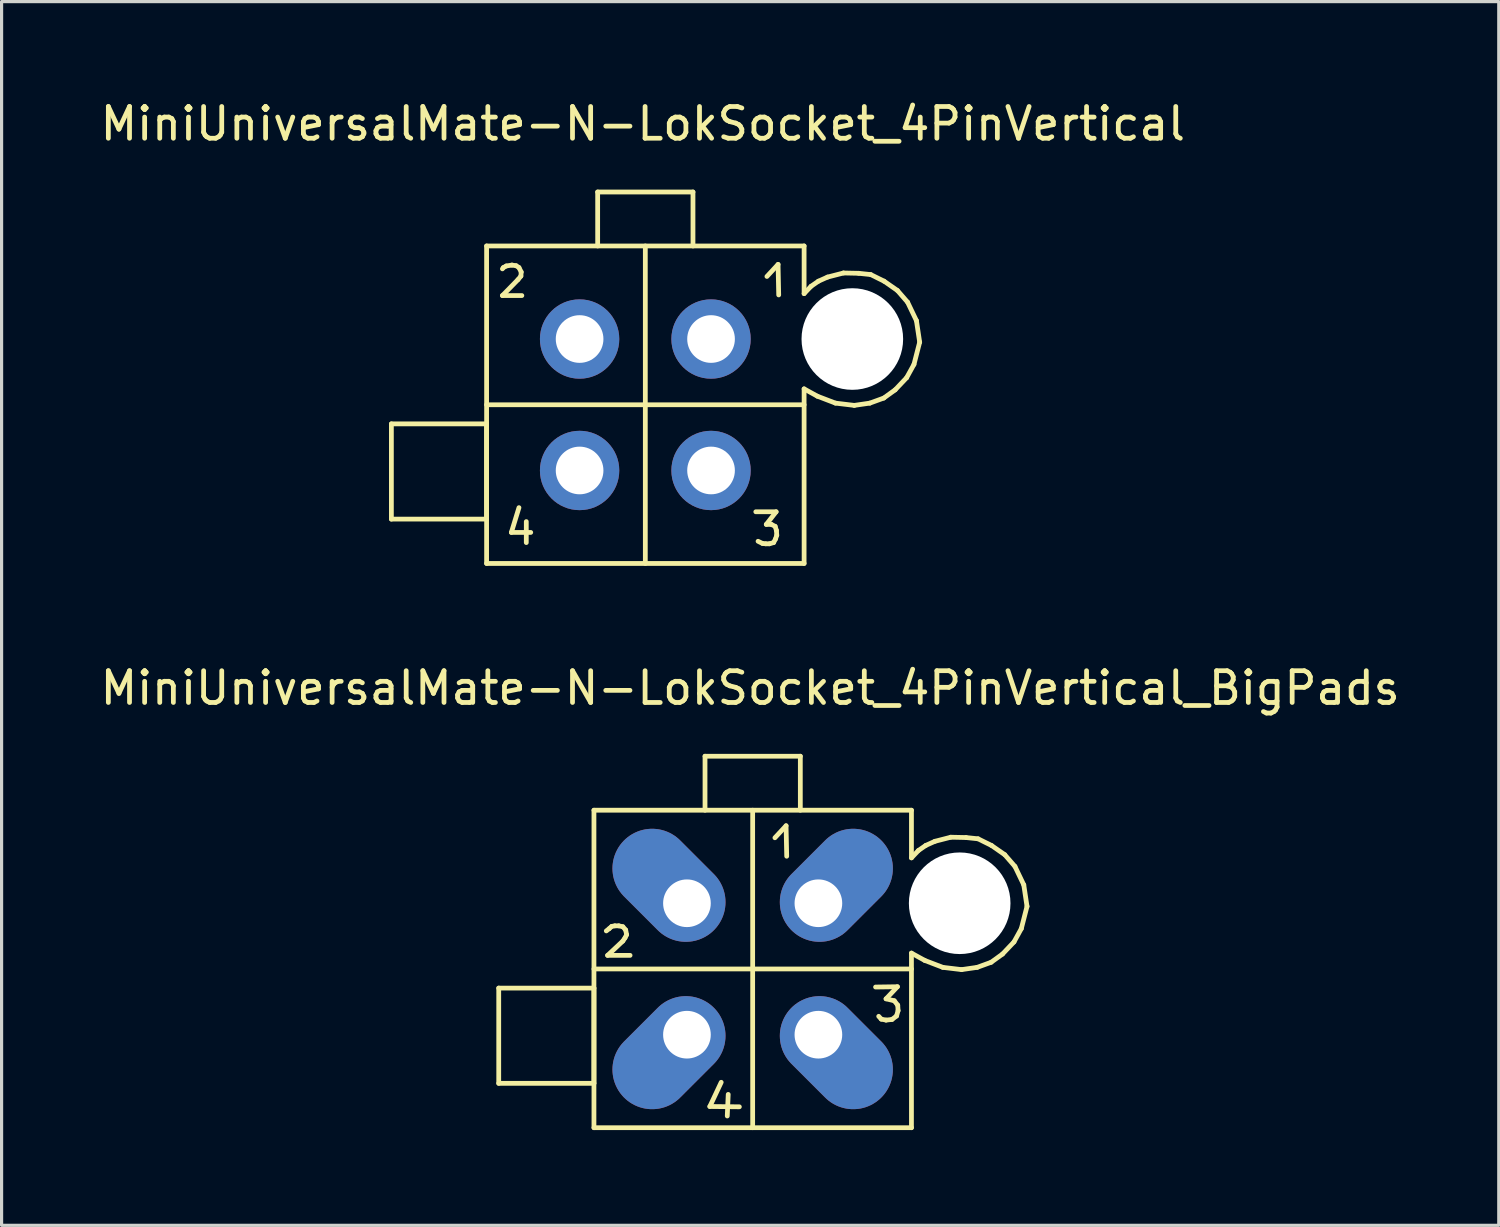
<source format=kicad_pcb>
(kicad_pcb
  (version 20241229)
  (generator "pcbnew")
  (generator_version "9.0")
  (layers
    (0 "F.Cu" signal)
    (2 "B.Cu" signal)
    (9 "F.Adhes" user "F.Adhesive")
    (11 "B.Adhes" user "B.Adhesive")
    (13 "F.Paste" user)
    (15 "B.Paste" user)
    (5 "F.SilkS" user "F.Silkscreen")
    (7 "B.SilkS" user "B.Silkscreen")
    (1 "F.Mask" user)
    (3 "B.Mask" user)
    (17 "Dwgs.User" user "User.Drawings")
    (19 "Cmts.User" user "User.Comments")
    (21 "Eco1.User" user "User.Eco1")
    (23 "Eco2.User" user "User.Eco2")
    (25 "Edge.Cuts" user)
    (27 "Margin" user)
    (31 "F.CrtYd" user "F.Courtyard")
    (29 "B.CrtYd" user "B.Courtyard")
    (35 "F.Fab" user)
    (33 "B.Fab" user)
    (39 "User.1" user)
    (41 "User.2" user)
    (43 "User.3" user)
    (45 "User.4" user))
  (footprint "MiniUniversalMate-N-LokSocket_4PinVertical_BigPads"
    (layer "F.Cu")
    (at 20.656 27.469)
    (property "Reference" "MiniUniversalMate-N-LokSocket_4PinVertical_BigPads" (at -0.079 -8.849 0) (layer "F.SilkS") (effects (font (size 1 1) (thickness 0.15))))
    (attr through_hole)
    (fp_line (start -7.998 0.602) (end -4.999 0.602) (stroke (width 0.15) (type solid)) (layer "F.SilkS"))
    (fp_line (start -7.998 3.602) (end -7.998 0.602) (stroke (width 0.15) (type solid)) (layer "F.SilkS"))
    (fp_line (start -4.999 -5.001) (end -4.999 4.999) (stroke (width 0.15) (type solid)) (layer "F.SilkS"))
    (fp_line (start -4.999 0) (end 5.001 0) (stroke (width 0.15) (type solid)) (layer "F.SilkS"))
    (fp_line (start -4.999 0.602) (end -4.999 3.602) (stroke (width 0.15) (type solid)) (layer "F.SilkS"))
    (fp_line (start -4.999 3.602) (end -7.998 3.602) (stroke (width 0.15) (type solid)) (layer "F.SilkS"))
    (fp_line (start -4.999 4.999) (end 5.001 4.999) (stroke (width 0.15) (type solid)) (layer "F.SilkS"))
    (fp_line (start -4.61 -1.199) (end -4.519 -1.27) (stroke (width 0.15) (type solid)) (layer "F.SilkS"))
    (fp_line (start -4.569 -0.429) (end -3.861 -0.429) (stroke (width 0.15) (type solid)) (layer "F.SilkS"))
    (fp_line (start -4.519 -1.27) (end -4.44 -1.341) (stroke (width 0.15) (type solid)) (layer "F.SilkS"))
    (fp_line (start -4.44 -1.341) (end -4.341 -1.359) (stroke (width 0.15) (type solid)) (layer "F.SilkS"))
    (fp_line (start -4.341 -1.359) (end -4.219 -1.359) (stroke (width 0.15) (type solid)) (layer "F.SilkS"))
    (fp_line (start -4.219 -1.359) (end -4.089 -1.331) (stroke (width 0.15) (type solid)) (layer "F.SilkS"))
    (fp_line (start -4.089 -1.331) (end -4 -1.229) (stroke (width 0.15) (type solid)) (layer "F.SilkS"))
    (fp_line (start -4.089 -0.879) (end -4.569 -0.429) (stroke (width 0.15) (type solid)) (layer "F.SilkS"))
    (fp_line (start -4.021 -0.98) (end -4.089 -0.879) (stroke (width 0.15) (type solid)) (layer "F.SilkS"))
    (fp_line (start -4 -1.229) (end -3.97 -1.079) (stroke (width 0.15) (type solid)) (layer "F.SilkS"))
    (fp_line (start -3.97 -1.079) (end -4.021 -0.98) (stroke (width 0.15) (type solid)) (layer "F.SilkS"))
    (fp_line (start -1.501 -6.701) (end -1.501 -5.001) (stroke (width 0.15) (type solid)) (layer "F.SilkS"))
    (fp_line (start -1.349 4.331) (end -0.419 4.341) (stroke (width 0.15) (type solid)) (layer "F.SilkS"))
    (fp_line (start -0.991 3.569) (end -1.349 4.331) (stroke (width 0.15) (type solid)) (layer "F.SilkS"))
    (fp_line (start -0.77 3.95) (end -0.8 4.63) (stroke (width 0.15) (type solid)) (layer "F.SilkS"))
    (fp_line (start 0 -5.001) (end 0 4.999) (stroke (width 0.15) (type solid)) (layer "F.SilkS"))
    (fp_line (start 0.701 -4.133) (end 1.052 -4.511) (stroke (width 0.15) (type solid)) (layer "F.SilkS"))
    (fp_line (start 1.052 -4.511) (end 1.072 -3.551) (stroke (width 0.15) (type solid)) (layer "F.SilkS"))
    (fp_line (start 1.501 -6.701) (end -1.501 -6.701) (stroke (width 0.15) (type solid)) (layer "F.SilkS"))
    (fp_line (start 1.501 -5.001) (end 1.501 -6.701) (stroke (width 0.15) (type solid)) (layer "F.SilkS"))
    (fp_line (start 3.871 0.569) (end 4.559 0.559) (stroke (width 0.15) (type solid)) (layer "F.SilkS"))
    (fp_line (start 4.051 1.58) (end 3.97 1.491) (stroke (width 0.15) (type solid)) (layer "F.SilkS"))
    (fp_line (start 4.201 0.94) (end 4.46 1.001) (stroke (width 0.15) (type solid)) (layer "F.SilkS"))
    (fp_line (start 4.201 1.61) (end 4.051 1.58) (stroke (width 0.15) (type solid)) (layer "F.SilkS"))
    (fp_line (start 4.389 1.59) (end 4.201 1.61) (stroke (width 0.15) (type solid)) (layer "F.SilkS"))
    (fp_line (start 4.46 1.001) (end 4.569 1.14) (stroke (width 0.15) (type solid)) (layer "F.SilkS"))
    (fp_line (start 4.531 1.481) (end 4.389 1.59) (stroke (width 0.15) (type solid)) (layer "F.SilkS"))
    (fp_line (start 4.559 0.559) (end 4.201 0.94) (stroke (width 0.15) (type solid)) (layer "F.SilkS"))
    (fp_line (start 4.569 1.14) (end 4.58 1.311) (stroke (width 0.15) (type solid)) (layer "F.SilkS"))
    (fp_line (start 4.58 1.311) (end 4.531 1.481) (stroke (width 0.15) (type solid)) (layer "F.SilkS"))
    (fp_line (start 5.001 -5.001) (end -4.999 -5.001) (stroke (width 0.15) (type solid)) (layer "F.SilkS"))
    (fp_line (start 5.001 -5.001) (end 5.001 -3.5) (stroke (width 0.15) (type solid)) (layer "F.SilkS"))
    (fp_line (start 5.001 -3.5) (end 5.22 -3.731) (stroke (width 0.15) (type solid)) (layer "F.SilkS"))
    (fp_line (start 5.001 4.999) (end 5.001 -0.5) (stroke (width 0.15) (type solid)) (layer "F.SilkS"))
    (fp_line (start 5.22 -3.731) (end 5.451 -3.891) (stroke (width 0.15) (type solid)) (layer "F.SilkS"))
    (fp_line (start 5.42 -0.269) (end 5.001 -0.5) (stroke (width 0.15) (type solid)) (layer "F.SilkS"))
    (fp_line (start 5.451 -3.891) (end 5.74 -4.021) (stroke (width 0.15) (type solid)) (layer "F.SilkS"))
    (fp_line (start 5.74 -4.021) (end 6.241 -4.15) (stroke (width 0.15) (type solid)) (layer "F.SilkS"))
    (fp_line (start 5.989 -0.051) (end 5.42 -0.269) (stroke (width 0.15) (type solid)) (layer "F.SilkS"))
    (fp_line (start 6.241 -4.15) (end 6.721 -4.14) (stroke (width 0.15) (type solid)) (layer "F.SilkS"))
    (fp_line (start 6.581 0.02) (end 5.989 -0.051) (stroke (width 0.15) (type solid)) (layer "F.SilkS"))
    (fp_line (start 6.721 -4.14) (end 7.099 -4.1) (stroke (width 0.15) (type solid)) (layer "F.SilkS"))
    (fp_line (start 7.071 -0.051) (end 6.581 0.02) (stroke (width 0.15) (type solid)) (layer "F.SilkS"))
    (fp_line (start 7.099 -4.1) (end 7.521 -3.891) (stroke (width 0.15) (type solid)) (layer "F.SilkS"))
    (fp_line (start 7.511 -0.211) (end 7.071 -0.051) (stroke (width 0.15) (type solid)) (layer "F.SilkS"))
    (fp_line (start 7.521 -3.891) (end 7.94 -3.599) (stroke (width 0.15) (type solid)) (layer "F.SilkS"))
    (fp_line (start 7.869 -0.47) (end 7.511 -0.211) (stroke (width 0.15) (type solid)) (layer "F.SilkS"))
    (fp_line (start 7.94 -3.599) (end 8.26 -3.231) (stroke (width 0.15) (type solid)) (layer "F.SilkS"))
    (fp_line (start 8.23 -0.851) (end 7.869 -0.47) (stroke (width 0.15) (type solid)) (layer "F.SilkS"))
    (fp_line (start 8.26 -3.231) (end 8.539 -2.649) (stroke (width 0.15) (type solid)) (layer "F.SilkS"))
    (fp_line (start 8.461 -1.27) (end 8.23 -0.851) (stroke (width 0.15) (type solid)) (layer "F.SilkS"))
    (fp_line (start 8.539 -2.649) (end 8.641 -1.971) (stroke (width 0.15) (type solid)) (layer "F.SilkS"))
    (fp_line (start 8.641 -1.971) (end 8.461 -1.27) (stroke (width 0.15) (type solid)) (layer "F.SilkS"))
    (pad "" np_thru_hole circle (at 6.52 -2.07 90) (size 3.2 3.2) (drill 3.2) (layers "*.Cu" "*.Mask"))
    (pad "1" thru_hole oval (at 2.07 -2.07 45) (size 4 2.499) (drill 1.501 (offset 0.8 0)) (layers "*.Cu" "*.Mask"))
    (pad "2" thru_hole oval (at -2.07 -2.07 315) (size 4 2.499) (drill 1.501 (offset -0.8 0)) (layers "*.Cu" "*.Mask"))
    (pad "3" thru_hole oval (at 2.07 2.07 315) (size 4 2.499) (drill 1.501 (offset 0.8 0)) (layers "*.Cu" "*.Mask"))
    (pad "4" thru_hole oval (at -2.07 2.07 45) (size 4 2.499) (drill 1.501 (offset -0.8 0)) (layers "*.Cu" "*.Mask")))
  (footprint "MiniUniversalMate-N-LokSocket_4PinVertical"
    (layer "F.Cu")
    (at 17.275 9.698)
    (property "Reference" "MiniUniversalMate-N-LokSocket_4PinVertical" (at -0.079 -8.849 0) (layer "F.SilkS") (effects (font (size 1 1) (thickness 0.15))))
    (attr through_hole)
    (fp_line (start -7.998 0.602) (end -4.999 0.602) (stroke (width 0.15) (type solid)) (layer "F.SilkS"))
    (fp_line (start -7.998 3.602) (end -7.998 0.602) (stroke (width 0.15) (type solid)) (layer "F.SilkS"))
    (fp_line (start -4.999 -5.001) (end -4.999 4.999) (stroke (width 0.15) (type solid)) (layer "F.SilkS"))
    (fp_line (start -4.999 0) (end 5.001 0) (stroke (width 0.15) (type solid)) (layer "F.SilkS"))
    (fp_line (start -4.999 0.602) (end -4.999 3.602) (stroke (width 0.15) (type solid)) (layer "F.SilkS"))
    (fp_line (start -4.999 3.602) (end -7.998 3.602) (stroke (width 0.15) (type solid)) (layer "F.SilkS"))
    (fp_line (start -4.999 4.999) (end 5.001 4.999) (stroke (width 0.15) (type solid)) (layer "F.SilkS"))
    (fp_line (start -4.501 -4.28) (end -4.47 -4.321) (stroke (width 0.15) (type solid)) (layer "F.SilkS"))
    (fp_line (start -4.501 -3.439) (end -3.889 -3.439) (stroke (width 0.15) (type solid)) (layer "F.SilkS"))
    (fp_line (start -4.47 -4.321) (end -4.379 -4.371) (stroke (width 0.15) (type solid)) (layer "F.SilkS"))
    (fp_line (start -4.379 -4.371) (end -4.201 -4.399) (stroke (width 0.15) (type solid)) (layer "F.SilkS"))
    (fp_line (start -4.219 4.021) (end -3.609 4.021) (stroke (width 0.15) (type solid)) (layer "F.SilkS"))
    (fp_line (start -4.201 -4.399) (end -4.069 -4.379) (stroke (width 0.15) (type solid)) (layer "F.SilkS"))
    (fp_line (start -4.069 -4.379) (end -3.98 -4.321) (stroke (width 0.15) (type solid)) (layer "F.SilkS"))
    (fp_line (start -4.011 -3.94) (end -4.501 -3.439) (stroke (width 0.15) (type solid)) (layer "F.SilkS"))
    (fp_line (start -3.98 -4.321) (end -3.909 -4.181) (stroke (width 0.15) (type solid)) (layer "F.SilkS"))
    (fp_line (start -3.98 3.241) (end -4.219 4.021) (stroke (width 0.15) (type solid)) (layer "F.SilkS"))
    (fp_line (start -3.919 -4.051) (end -4.011 -3.94) (stroke (width 0.15) (type solid)) (layer "F.SilkS"))
    (fp_line (start -3.909 -4.181) (end -3.919 -4.051) (stroke (width 0.15) (type solid)) (layer "F.SilkS"))
    (fp_line (start -3.749 3.68) (end -3.749 4.341) (stroke (width 0.15) (type solid)) (layer "F.SilkS"))
    (fp_line (start -1.501 -6.701) (end -1.501 -5.001) (stroke (width 0.15) (type solid)) (layer "F.SilkS"))
    (fp_line (start 0 -5.001) (end 0 4.999) (stroke (width 0.15) (type solid)) (layer "F.SilkS"))
    (fp_line (start 1.501 -6.701) (end -1.501 -6.701) (stroke (width 0.15) (type solid)) (layer "F.SilkS"))
    (fp_line (start 1.501 -5.001) (end 1.501 -6.701) (stroke (width 0.15) (type solid)) (layer "F.SilkS"))
    (fp_line (start 3.48 3.371) (end 4.12 3.371) (stroke (width 0.15) (type solid)) (layer "F.SilkS"))
    (fp_line (start 3.691 4.369) (end 3.551 4.3) (stroke (width 0.15) (type solid)) (layer "F.SilkS"))
    (fp_line (start 3.79 4.379) (end 3.691 4.369) (stroke (width 0.15) (type solid)) (layer "F.SilkS"))
    (fp_line (start 3.81 3.769) (end 3.97 3.769) (stroke (width 0.15) (type solid)) (layer "F.SilkS"))
    (fp_line (start 3.83 -4.041) (end 4.181 -4.42) (stroke (width 0.15) (type solid)) (layer "F.SilkS"))
    (fp_line (start 3.909 4.379) (end 3.79 4.379) (stroke (width 0.15) (type solid)) (layer "F.SilkS"))
    (fp_line (start 3.97 3.769) (end 4.089 3.83) (stroke (width 0.15) (type solid)) (layer "F.SilkS"))
    (fp_line (start 4.041 4.341) (end 3.909 4.379) (stroke (width 0.15) (type solid)) (layer "F.SilkS"))
    (fp_line (start 4.089 3.83) (end 4.13 3.96) (stroke (width 0.15) (type solid)) (layer "F.SilkS"))
    (fp_line (start 4.1 4.229) (end 4.041 4.341) (stroke (width 0.15) (type solid)) (layer "F.SilkS"))
    (fp_line (start 4.12 3.371) (end 3.81 3.769) (stroke (width 0.15) (type solid)) (layer "F.SilkS"))
    (fp_line (start 4.13 3.96) (end 4.14 4.11) (stroke (width 0.15) (type solid)) (layer "F.SilkS"))
    (fp_line (start 4.14 4.11) (end 4.1 4.229) (stroke (width 0.15) (type solid)) (layer "F.SilkS"))
    (fp_line (start 4.181 -4.42) (end 4.201 -3.459) (stroke (width 0.15) (type solid)) (layer "F.SilkS"))
    (fp_line (start 5.001 -5.001) (end -4.999 -5.001) (stroke (width 0.15) (type solid)) (layer "F.SilkS"))
    (fp_line (start 5.001 -5.001) (end 5.001 -3.5) (stroke (width 0.15) (type solid)) (layer "F.SilkS"))
    (fp_line (start 5.001 -3.5) (end 5.22 -3.731) (stroke (width 0.15) (type solid)) (layer "F.SilkS"))
    (fp_line (start 5.001 4.999) (end 5.001 -0.5) (stroke (width 0.15) (type solid)) (layer "F.SilkS"))
    (fp_line (start 5.22 -3.731) (end 5.451 -3.891) (stroke (width 0.15) (type solid)) (layer "F.SilkS"))
    (fp_line (start 5.42 -0.269) (end 5.001 -0.5) (stroke (width 0.15) (type solid)) (layer "F.SilkS"))
    (fp_line (start 5.451 -3.891) (end 5.74 -4.021) (stroke (width 0.15) (type solid)) (layer "F.SilkS"))
    (fp_line (start 5.74 -4.021) (end 6.241 -4.15) (stroke (width 0.15) (type solid)) (layer "F.SilkS"))
    (fp_line (start 5.989 -0.051) (end 5.42 -0.269) (stroke (width 0.15) (type solid)) (layer "F.SilkS"))
    (fp_line (start 6.241 -4.15) (end 6.721 -4.14) (stroke (width 0.15) (type solid)) (layer "F.SilkS"))
    (fp_line (start 6.581 0.02) (end 5.989 -0.051) (stroke (width 0.15) (type solid)) (layer "F.SilkS"))
    (fp_line (start 6.721 -4.14) (end 7.099 -4.1) (stroke (width 0.15) (type solid)) (layer "F.SilkS"))
    (fp_line (start 7.071 -0.051) (end 6.581 0.02) (stroke (width 0.15) (type solid)) (layer "F.SilkS"))
    (fp_line (start 7.099 -4.1) (end 7.521 -3.891) (stroke (width 0.15) (type solid)) (layer "F.SilkS"))
    (fp_line (start 7.511 -0.211) (end 7.071 -0.051) (stroke (width 0.15) (type solid)) (layer "F.SilkS"))
    (fp_line (start 7.521 -3.891) (end 7.94 -3.599) (stroke (width 0.15) (type solid)) (layer "F.SilkS"))
    (fp_line (start 7.869 -0.47) (end 7.511 -0.211) (stroke (width 0.15) (type solid)) (layer "F.SilkS"))
    (fp_line (start 7.94 -3.599) (end 8.26 -3.231) (stroke (width 0.15) (type solid)) (layer "F.SilkS"))
    (fp_line (start 8.23 -0.851) (end 7.869 -0.47) (stroke (width 0.15) (type solid)) (layer "F.SilkS"))
    (fp_line (start 8.26 -3.231) (end 8.539 -2.649) (stroke (width 0.15) (type solid)) (layer "F.SilkS"))
    (fp_line (start 8.461 -1.27) (end 8.23 -0.851) (stroke (width 0.15) (type solid)) (layer "F.SilkS"))
    (fp_line (start 8.539 -2.649) (end 8.641 -1.971) (stroke (width 0.15) (type solid)) (layer "F.SilkS"))
    (fp_line (start 8.641 -1.971) (end 8.461 -1.27) (stroke (width 0.15) (type solid)) (layer "F.SilkS"))
    (pad "" np_thru_hole circle (at 6.52 -2.07 90) (size 3.2 3.2) (drill 3.2) (layers "*.Cu" "*.Mask"))
    (pad "1" thru_hole circle (at 2.07 -2.07 90) (size 2.499 2.499) (drill 1.501) (layers "*.Cu" "*.Mask"))
    (pad "2" thru_hole circle (at -2.07 -2.07 90) (size 2.499 2.499) (drill 1.501) (layers "*.Cu" "*.Mask"))
    (pad "3" thru_hole circle (at 2.07 2.07 90) (size 2.499 2.499) (drill 1.501) (layers "*.Cu" "*.Mask"))
    (pad "4" thru_hole circle (at -2.07 2.07 90) (size 2.499 2.499) (drill 1.501) (layers "*.Cu" "*.Mask")))
  (gr_rect
    (start -3 -3)
    (end 44.155 35.543)
    (stroke (width 0.1) (type default))
    (fill no)
    (layer "Edge.Cuts")))
</source>
